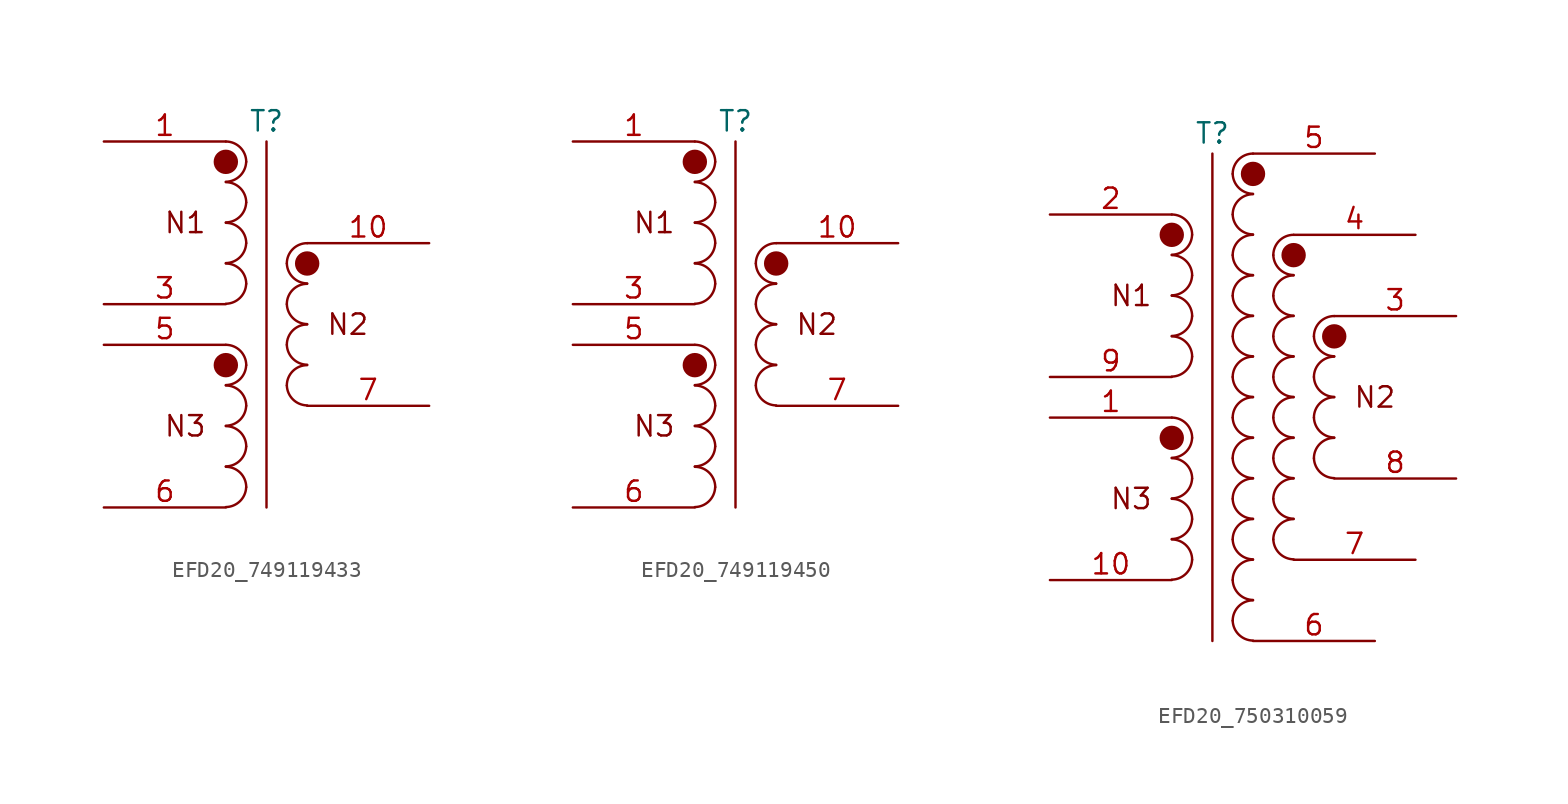
<source format=kicad_sym>
(kicad_symbol_lib
  (version 20220914)
  (generator kicad_symbol_editor)
  (symbol "EFD20_749119433"
    (pin_names hide)
    (property "Reference" "T"
      (at 0 12.7 0)
      (effects (font (size 1.27 1.27))))
    (property "Critical Parameter" ""
      (at 0 -5.08 0)
      (effects (font (size 1.27 1.27)) (justify left)))
    (symbol "EFD20_749119433_0_1"
      (arc (start -2.54 -11.4046) (mid -1.6561 -11.0363) (end -1.27 -10.16) (stroke (width 0) (type default)) (fill (type none)))
      (arc (start -2.54 -8.8646) (mid -1.6561 -8.4963) (end -1.27 -7.62) (stroke (width 0) (type default)) (fill (type none)))
      (arc (start -2.54 -6.3246) (mid -1.6561 -5.9563) (end -1.27 -5.08) (stroke (width 0) (type default)) (fill (type none)))
      (arc (start -2.54 -3.7846) (mid -1.6561 -3.4163) (end -1.27 -2.54) (stroke (width 0) (type default)) (fill (type none)))
      (arc (start -2.54 1.2954) (mid -1.6561 1.6637) (end -1.27 2.54) (stroke (width 0) (type default)) (fill (type none)))
      (arc (start -2.54 3.8354) (mid -1.6561 4.2037) (end -1.27 5.08) (stroke (width 0) (type default)) (fill (type none)))
      (arc (start -2.54 6.3754) (mid -1.6561 6.7437) (end -1.27 7.62) (stroke (width 0) (type default)) (fill (type none)))
      (arc (start -2.54 8.9154) (mid -1.6561 9.2837) (end -1.27 10.16) (stroke (width 0) (type default)) (fill (type none)))
      (arc (start -1.27 -10.16) (mid -1.642 -9.262) (end -2.54 -8.89) (stroke (width 0) (type default)) (fill (type none)))
      (arc (start -1.27 -7.62) (mid -1.642 -6.722) (end -2.54 -6.35) (stroke (width 0) (type default)) (fill (type none)))
      (arc (start -1.27 -5.08) (mid -1.642 -4.182) (end -2.54 -3.81) (stroke (width 0) (type default)) (fill (type none)))
      (arc (start -1.27 -2.54) (mid -1.642 -1.642) (end -2.54 -1.27) (stroke (width 0) (type default)) (fill (type none)))
      (arc (start -1.27 2.54) (mid -1.642 3.438) (end -2.54 3.81) (stroke (width 0) (type default)) (fill (type none)))
      (arc (start -1.27 5.08) (mid -1.642 5.978) (end -2.54 6.35) (stroke (width 0) (type default)) (fill (type none)))
      (arc (start -1.27 7.62) (mid -1.642 8.518) (end -2.54 8.89) (stroke (width 0) (type default)) (fill (type none)))
      (arc (start -1.27 10.16) (mid -1.642 11.058) (end -2.54 11.43) (stroke (width 0) (type default)) (fill (type none)))
      (polyline (pts (xy 0 -11.43) (xy 0 11.43)) (stroke (width 0) (type default)) (fill (type none)))
      (arc (start 1.27 -3.81) (mid 1.6561 -4.6863) (end 2.54 -5.0546) (stroke (width 0) (type default)) (fill (type none)))
      (arc (start 1.27 -1.27) (mid 1.6561 -2.1463) (end 2.54 -2.5146) (stroke (width 0) (type default)) (fill (type none)))
      (arc (start 1.27 1.27) (mid 1.6561 0.3937) (end 2.54 0.0254) (stroke (width 0) (type default)) (fill (type none)))
      (arc (start 1.27 3.81) (mid 1.6561 2.9337) (end 2.54 2.5654) (stroke (width 0) (type default)) (fill (type none)))
      (arc (start 2.54 -2.54) (mid 1.642 -2.912) (end 1.27 -3.81) (stroke (width 0) (type default)) (fill (type none)))
      (arc (start 2.54 0) (mid 1.642 -0.372) (end 1.27 -1.27) (stroke (width 0) (type default)) (fill (type none)))
      (arc (start 2.54 2.54) (mid 1.642 2.168) (end 1.27 1.27) (stroke (width 0) (type default)) (fill (type none)))
      (arc (start 2.54 5.08) (mid 1.642 4.708) (end 1.27 3.81) (stroke (width 0) (type default)) (fill (type none))))
    (symbol "EFD20_749119433_1_1"
      (circle (center -2.54 -2.54) (radius 0.0001) (stroke (width 0.762) (type default)) (fill (type none)))
      (circle (center -2.54 10.16) (radius 0.0001) (stroke (width 0.762) (type default)) (fill (type none)))
      (circle (center 2.54 3.81) (radius 0.0001) (stroke (width 0.762) (type default)) (fill (type none)))
      (text "N1" (at -5.08 6.35 0) (effects (font (size 1.27 1.27))))
      (text "N2" (at 5.08 0 0) (effects (font (size 1.27 1.27))))
      (text "N3" (at -5.08 -6.35 0) (effects (font (size 1.27 1.27))))
      (pin passive line (at -10.16 11.43 0) (length 7.62) (name "1" (effects (font (size 1.27 1.27)))) (number "1" (effects (font (size 1.27 1.27)))))
      (pin passive line (at 10.16 5.08 180) (length 7.62) (name "10" (effects (font (size 1.27 1.27)))) (number "10" (effects (font (size 1.27 1.27)))))
      (pin passive line (at 10.16 5.08 180) (length 7.62) hide (name "11" (effects (font (size 1.27 1.27)))) (number "11" (effects (font (size 1.27 1.27)))))
      (pin passive line (at 10.16 5.08 180) (length 7.62) hide (name "12" (effects (font (size 1.27 1.27)))) (number "12" (effects (font (size 1.27 1.27)))))
      (pin passive line (at -10.16 11.43 0) (length 7.62) hide (name "2" (effects (font (size 1.27 1.27)))) (number "2" (effects (font (size 1.27 1.27)))))
      (pin passive line (at -10.16 1.27 0) (length 7.62) (name "3" (effects (font (size 1.27 1.27)))) (number "3" (effects (font (size 1.27 1.27)))))
      (pin passive line (at -10.16 1.27 0) (length 7.62) hide (name "4" (effects (font (size 1.27 1.27)))) (number "4" (effects (font (size 1.27 1.27)))))
      (pin passive line (at -10.16 -1.27 0) (length 7.62) (name "5" (effects (font (size 1.27 1.27)))) (number "5" (effects (font (size 1.27 1.27)))))
      (pin passive line (at -10.16 -11.43 0) (length 7.62) (name "6" (effects (font (size 1.27 1.27)))) (number "6" (effects (font (size 1.27 1.27)))))
      (pin passive line (at 10.16 -5.08 180) (length 7.62) (name "7" (effects (font (size 1.27 1.27)))) (number "7" (effects (font (size 1.27 1.27)))))
      (pin passive line (at 10.16 -5.08 180) (length 7.62) hide (name "8" (effects (font (size 1.27 1.27)))) (number "8" (effects (font (size 1.27 1.27)))))
      (pin passive line (at 10.16 -5.08 180) (length 7.62) hide (name "9" (effects (font (size 1.27 1.27)))) (number "9" (effects (font (size 1.27 1.27)))))))
  (symbol "EFD20_749119450"
    (pin_names hide)
    (property "Reference" "T"
      (at 0 12.7 0)
      (effects (font (size 1.27 1.27))))
    (property "Critical Parameter" ""
      (at 0 -5.08 0)
      (effects (font (size 1.27 1.27)) (justify left)))
    (symbol "EFD20_749119450_0_1"
      (arc (start -2.54 -11.4046) (mid -1.6561 -11.0363) (end -1.27 -10.16) (stroke (width 0) (type default)) (fill (type none)))
      (arc (start -2.54 -8.8646) (mid -1.6561 -8.4963) (end -1.27 -7.62) (stroke (width 0) (type default)) (fill (type none)))
      (arc (start -2.54 -6.3246) (mid -1.6561 -5.9563) (end -1.27 -5.08) (stroke (width 0) (type default)) (fill (type none)))
      (arc (start -2.54 -3.7846) (mid -1.6561 -3.4163) (end -1.27 -2.54) (stroke (width 0) (type default)) (fill (type none)))
      (arc (start -2.54 1.2954) (mid -1.6561 1.6637) (end -1.27 2.54) (stroke (width 0) (type default)) (fill (type none)))
      (arc (start -2.54 3.8354) (mid -1.6561 4.2037) (end -1.27 5.08) (stroke (width 0) (type default)) (fill (type none)))
      (arc (start -2.54 6.3754) (mid -1.6561 6.7437) (end -1.27 7.62) (stroke (width 0) (type default)) (fill (type none)))
      (arc (start -2.54 8.9154) (mid -1.6561 9.2837) (end -1.27 10.16) (stroke (width 0) (type default)) (fill (type none)))
      (arc (start -1.27 -10.16) (mid -1.642 -9.262) (end -2.54 -8.89) (stroke (width 0) (type default)) (fill (type none)))
      (arc (start -1.27 -7.62) (mid -1.642 -6.722) (end -2.54 -6.35) (stroke (width 0) (type default)) (fill (type none)))
      (arc (start -1.27 -5.08) (mid -1.642 -4.182) (end -2.54 -3.81) (stroke (width 0) (type default)) (fill (type none)))
      (arc (start -1.27 -2.54) (mid -1.642 -1.642) (end -2.54 -1.27) (stroke (width 0) (type default)) (fill (type none)))
      (arc (start -1.27 2.54) (mid -1.642 3.438) (end -2.54 3.81) (stroke (width 0) (type default)) (fill (type none)))
      (arc (start -1.27 5.08) (mid -1.642 5.978) (end -2.54 6.35) (stroke (width 0) (type default)) (fill (type none)))
      (arc (start -1.27 7.62) (mid -1.642 8.518) (end -2.54 8.89) (stroke (width 0) (type default)) (fill (type none)))
      (arc (start -1.27 10.16) (mid -1.642 11.058) (end -2.54 11.43) (stroke (width 0) (type default)) (fill (type none)))
      (polyline (pts (xy 0 -11.43) (xy 0 11.43)) (stroke (width 0) (type default)) (fill (type none)))
      (arc (start 1.27 -3.81) (mid 1.6561 -4.6863) (end 2.54 -5.0546) (stroke (width 0) (type default)) (fill (type none)))
      (arc (start 1.27 -1.27) (mid 1.6561 -2.1463) (end 2.54 -2.5146) (stroke (width 0) (type default)) (fill (type none)))
      (arc (start 1.27 1.27) (mid 1.6561 0.3937) (end 2.54 0.0254) (stroke (width 0) (type default)) (fill (type none)))
      (arc (start 1.27 3.81) (mid 1.6561 2.9337) (end 2.54 2.5654) (stroke (width 0) (type default)) (fill (type none)))
      (arc (start 2.54 -2.54) (mid 1.642 -2.912) (end 1.27 -3.81) (stroke (width 0) (type default)) (fill (type none)))
      (arc (start 2.54 0) (mid 1.642 -0.372) (end 1.27 -1.27) (stroke (width 0) (type default)) (fill (type none)))
      (arc (start 2.54 2.54) (mid 1.642 2.168) (end 1.27 1.27) (stroke (width 0) (type default)) (fill (type none)))
      (arc (start 2.54 5.08) (mid 1.642 4.708) (end 1.27 3.81) (stroke (width 0) (type default)) (fill (type none))))
    (symbol "EFD20_749119450_1_1"
      (circle (center -2.54 -2.54) (radius 0.0001) (stroke (width 0.762) (type default)) (fill (type none)))
      (circle (center -2.54 10.16) (radius 0.0001) (stroke (width 0.762) (type default)) (fill (type none)))
      (circle (center 2.54 3.81) (radius 0.0001) (stroke (width 0.762) (type default)) (fill (type none)))
      (text "N1" (at -5.08 6.35 0) (effects (font (size 1.27 1.27))))
      (text "N2" (at 5.08 0 0) (effects (font (size 1.27 1.27))))
      (text "N3" (at -5.08 -6.35 0) (effects (font (size 1.27 1.27))))
      (pin passive line (at -10.16 11.43 0) (length 7.62) (name "1" (effects (font (size 1.27 1.27)))) (number "1" (effects (font (size 1.27 1.27)))))
      (pin passive line (at 10.16 5.08 180) (length 7.62) (name "10" (effects (font (size 1.27 1.27)))) (number "10" (effects (font (size 1.27 1.27)))))
      (pin passive line (at 10.16 5.08 180) (length 7.62) hide (name "11" (effects (font (size 1.27 1.27)))) (number "11" (effects (font (size 1.27 1.27)))))
      (pin passive line (at 10.16 5.08 180) (length 7.62) hide (name "12" (effects (font (size 1.27 1.27)))) (number "12" (effects (font (size 1.27 1.27)))))
      (pin passive line (at -10.16 11.43 0) (length 7.62) hide (name "2" (effects (font (size 1.27 1.27)))) (number "2" (effects (font (size 1.27 1.27)))))
      (pin passive line (at -10.16 1.27 0) (length 7.62) (name "3" (effects (font (size 1.27 1.27)))) (number "3" (effects (font (size 1.27 1.27)))))
      (pin passive line (at -10.16 1.27 0) (length 7.62) hide (name "4" (effects (font (size 1.27 1.27)))) (number "4" (effects (font (size 1.27 1.27)))))
      (pin passive line (at -10.16 -1.27 0) (length 7.62) (name "5" (effects (font (size 1.27 1.27)))) (number "5" (effects (font (size 1.27 1.27)))))
      (pin passive line (at -10.16 -11.43 0) (length 7.62) (name "6" (effects (font (size 1.27 1.27)))) (number "6" (effects (font (size 1.27 1.27)))))
      (pin passive line (at 10.16 -5.08 180) (length 7.62) (name "7" (effects (font (size 1.27 1.27)))) (number "7" (effects (font (size 1.27 1.27)))))
      (pin passive line (at 10.16 -5.08 180) (length 7.62) hide (name "8" (effects (font (size 1.27 1.27)))) (number "8" (effects (font (size 1.27 1.27)))))
      (pin passive line (at 10.16 -5.08 180) (length 7.62) hide (name "9" (effects (font (size 1.27 1.27)))) (number "9" (effects (font (size 1.27 1.27)))))))
  (symbol "EFD20_750310059"
    (pin_names hide)
    (property "Reference" "T"
      (at 0 16.51 0)
      (effects (font (size 1.27 1.27))))
    (property "Critical Parameter" ""
      (at 0 -5.08 0)
      (effects (font (size 1.27 1.27)) (justify left)))
    (symbol "EFD20_750310059_0_1"
      (arc (start -2.54 -11.4046) (mid -1.6561 -11.0363) (end -1.27 -10.16) (stroke (width 0) (type default)) (fill (type none)))
      (arc (start -2.54 -8.8646) (mid -1.6561 -8.4963) (end -1.27 -7.62) (stroke (width 0) (type default)) (fill (type none)))
      (arc (start -2.54 -6.3246) (mid -1.6561 -5.9563) (end -1.27 -5.08) (stroke (width 0) (type default)) (fill (type none)))
      (arc (start -2.54 -3.7846) (mid -1.6561 -3.4163) (end -1.27 -2.54) (stroke (width 0) (type default)) (fill (type none)))
      (arc (start -2.54 1.2954) (mid -1.6561 1.6637) (end -1.27 2.54) (stroke (width 0) (type default)) (fill (type none)))
      (arc (start -2.54 3.8354) (mid -1.6561 4.2037) (end -1.27 5.08) (stroke (width 0) (type default)) (fill (type none)))
      (arc (start -2.54 6.3754) (mid -1.6561 6.7437) (end -1.27 7.62) (stroke (width 0) (type default)) (fill (type none)))
      (arc (start -2.54 8.9154) (mid -1.6561 9.2837) (end -1.27 10.16) (stroke (width 0) (type default)) (fill (type none)))
      (arc (start -1.27 -10.16) (mid -1.642 -9.262) (end -2.54 -8.89) (stroke (width 0) (type default)) (fill (type none)))
      (arc (start -1.27 -7.62) (mid -1.642 -6.722) (end -2.54 -6.35) (stroke (width 0) (type default)) (fill (type none)))
      (arc (start -1.27 -5.08) (mid -1.642 -4.182) (end -2.54 -3.81) (stroke (width 0) (type default)) (fill (type none)))
      (arc (start -1.27 -2.54) (mid -1.642 -1.642) (end -2.54 -1.27) (stroke (width 0) (type default)) (fill (type none)))
      (arc (start -1.27 2.54) (mid -1.642 3.438) (end -2.54 3.81) (stroke (width 0) (type default)) (fill (type none)))
      (arc (start -1.27 5.08) (mid -1.642 5.978) (end -2.54 6.35) (stroke (width 0) (type default)) (fill (type none)))
      (arc (start -1.27 7.62) (mid -1.642 8.518) (end -2.54 8.89) (stroke (width 0) (type default)) (fill (type none)))
      (arc (start -1.27 10.16) (mid -1.642 11.058) (end -2.54 11.43) (stroke (width 0) (type default)) (fill (type none)))
      (polyline (pts (xy 0 -15.24) (xy 0 15.24)) (stroke (width 0) (type default)) (fill (type none)))
      (arc (start 1.27 -13.97) (mid 1.656 -14.8464) (end 2.54 -15.2146) (stroke (width 0) (type default)) (fill (type none)))
      (arc (start 1.27 -11.43) (mid 1.656 -12.3064) (end 2.54 -12.6746) (stroke (width 0) (type default)) (fill (type none)))
      (arc (start 1.27 -8.89) (mid 1.656 -9.7664) (end 2.54 -10.1346) (stroke (width 0) (type default)) (fill (type none)))
      (arc (start 1.27 -6.35) (mid 1.656 -7.2264) (end 2.54 -7.5946) (stroke (width 0) (type default)) (fill (type none)))
      (arc (start 1.27 -3.81) (mid 1.656 -4.6864) (end 2.54 -5.0546) (stroke (width 0) (type default)) (fill (type none)))
      (arc (start 1.27 -1.27) (mid 1.656 -2.1464) (end 2.54 -2.5146) (stroke (width 0) (type default)) (fill (type none)))
      (arc (start 1.27 1.27) (mid 1.656 0.3936) (end 2.54 0.0254) (stroke (width 0) (type default)) (fill (type none)))
      (arc (start 1.27 3.81) (mid 1.656 2.9336) (end 2.54 2.5654) (stroke (width 0) (type default)) (fill (type none)))
      (arc (start 1.27 6.35) (mid 1.656 5.4736) (end 2.54 5.1054) (stroke (width 0) (type default)) (fill (type none)))
      (arc (start 1.27 8.89) (mid 1.656 8.0136) (end 2.54 7.6454) (stroke (width 0) (type default)) (fill (type none)))
      (arc (start 1.27 11.43) (mid 1.656 10.5536) (end 2.54 10.1854) (stroke (width 0) (type default)) (fill (type none)))
      (arc (start 1.27 13.97) (mid 1.656 13.0936) (end 2.54 12.7254) (stroke (width 0) (type default)) (fill (type none)))
      (arc (start 2.54 -12.7) (mid 1.642 -13.072) (end 1.27 -13.97) (stroke (width 0) (type default)) (fill (type none)))
      (arc (start 2.54 -10.16) (mid 1.642 -10.532) (end 1.27 -11.43) (stroke (width 0) (type default)) (fill (type none)))
      (arc (start 2.54 -7.62) (mid 1.642 -7.992) (end 1.27 -8.89) (stroke (width 0) (type default)) (fill (type none)))
      (arc (start 2.54 -5.08) (mid 1.642 -5.452) (end 1.27 -6.35) (stroke (width 0) (type default)) (fill (type none)))
      (arc (start 2.54 -2.54) (mid 1.642 -2.912) (end 1.27 -3.81) (stroke (width 0) (type default)) (fill (type none)))
      (arc (start 2.54 0) (mid 1.642 -0.372) (end 1.27 -1.27) (stroke (width 0) (type default)) (fill (type none)))
      (arc (start 2.54 2.54) (mid 1.642 2.168) (end 1.27 1.27) (stroke (width 0) (type default)) (fill (type none)))
      (arc (start 2.54 5.08) (mid 1.642 4.708) (end 1.27 3.81) (stroke (width 0) (type default)) (fill (type none)))
      (arc (start 2.54 7.62) (mid 1.642 7.248) (end 1.27 6.35) (stroke (width 0) (type default)) (fill (type none)))
      (arc (start 2.54 10.16) (mid 1.642 9.788) (end 1.27 8.89) (stroke (width 0) (type default)) (fill (type none)))
      (arc (start 2.54 12.7) (mid 1.642 12.328) (end 1.27 11.43) (stroke (width 0) (type default)) (fill (type none)))
      (arc (start 2.54 15.24) (mid 1.642 14.868) (end 1.27 13.97) (stroke (width 0) (type default)) (fill (type none)))
      (arc (start 3.81 -8.89) (mid 4.196 -9.7664) (end 5.08 -10.1346) (stroke (width 0) (type default)) (fill (type none)))
      (arc (start 3.81 -6.35) (mid 4.196 -7.2264) (end 5.08 -7.5946) (stroke (width 0) (type default)) (fill (type none)))
      (arc (start 3.81 -3.81) (mid 4.196 -4.6864) (end 5.08 -5.0546) (stroke (width 0) (type default)) (fill (type none)))
      (arc (start 3.81 -1.27) (mid 4.196 -2.1464) (end 5.08 -2.5146) (stroke (width 0) (type default)) (fill (type none)))
      (arc (start 3.81 1.27) (mid 4.196 0.3936) (end 5.08 0.0254) (stroke (width 0) (type default)) (fill (type none)))
      (arc (start 3.81 3.81) (mid 4.196 2.9336) (end 5.08 2.5654) (stroke (width 0) (type default)) (fill (type none)))
      (arc (start 3.81 6.35) (mid 4.196 5.4736) (end 5.08 5.1054) (stroke (width 0) (type default)) (fill (type none)))
      (arc (start 3.81 8.89) (mid 4.196 8.0136) (end 5.08 7.6454) (stroke (width 0) (type default)) (fill (type none)))
      (arc (start 5.08 -7.62) (mid 4.182 -7.992) (end 3.81 -8.89) (stroke (width 0) (type default)) (fill (type none)))
      (arc (start 5.08 -5.08) (mid 4.182 -5.452) (end 3.81 -6.35) (stroke (width 0) (type default)) (fill (type none)))
      (arc (start 5.08 -2.54) (mid 4.182 -2.912) (end 3.81 -3.81) (stroke (width 0) (type default)) (fill (type none)))
      (arc (start 5.08 0) (mid 4.182 -0.372) (end 3.81 -1.27) (stroke (width 0) (type default)) (fill (type none)))
      (arc (start 5.08 2.54) (mid 4.182 2.168) (end 3.81 1.27) (stroke (width 0) (type default)) (fill (type none)))
      (arc (start 5.08 5.08) (mid 4.182 4.708) (end 3.81 3.81) (stroke (width 0) (type default)) (fill (type none)))
      (arc (start 5.08 7.62) (mid 4.182 7.248) (end 3.81 6.35) (stroke (width 0) (type default)) (fill (type none)))
      (arc (start 5.08 10.16) (mid 4.182 9.788) (end 3.81 8.89) (stroke (width 0) (type default)) (fill (type none)))
      (arc (start 6.35 -3.81) (mid 6.7361 -4.6863) (end 7.62 -5.0546) (stroke (width 0) (type default)) (fill (type none)))
      (arc (start 6.35 -1.27) (mid 6.7361 -2.1463) (end 7.62 -2.5146) (stroke (width 0) (type default)) (fill (type none)))
      (arc (start 6.35 1.27) (mid 6.7361 0.3937) (end 7.62 0.0254) (stroke (width 0) (type default)) (fill (type none)))
      (arc (start 6.35 3.81) (mid 6.7361 2.9337) (end 7.62 2.5654) (stroke (width 0) (type default)) (fill (type none)))
      (arc (start 7.62 -2.54) (mid 6.722 -2.912) (end 6.35 -3.81) (stroke (width 0) (type default)) (fill (type none)))
      (arc (start 7.62 0) (mid 6.722 -0.372) (end 6.35 -1.27) (stroke (width 0) (type default)) (fill (type none)))
      (arc (start 7.62 2.54) (mid 6.722 2.168) (end 6.35 1.27) (stroke (width 0) (type default)) (fill (type none)))
      (arc (start 7.62 5.08) (mid 6.722 4.708) (end 6.35 3.81) (stroke (width 0) (type default)) (fill (type none))))
    (symbol "EFD20_750310059_1_1"
      (circle (center -2.54 -2.54) (radius 0.0001) (stroke (width 0.762) (type default)) (fill (type none)))
      (circle (center -2.54 10.16) (radius 0.0001) (stroke (width 0.762) (type default)) (fill (type none)))
      (circle (center 2.54 13.97) (radius 0.0001) (stroke (width 0.762) (type default)) (fill (type none)))
      (circle (center 5.08 8.89) (radius 0.0001) (stroke (width 0.762) (type default)) (fill (type none)))
      (circle (center 7.62 3.81) (radius 0.0001) (stroke (width 0.762) (type default)) (fill (type none)))
      (text "N1" (at -5.08 6.35 0) (effects (font (size 1.27 1.27))))
      (text "N2" (at 10.16 0 0) (effects (font (size 1.27 1.27))))
      (text "N3" (at -5.08 -6.35 0) (effects (font (size 1.27 1.27))))
      (pin passive line (at -10.16 -1.27 0) (length 7.62) (name "1" (effects (font (size 1.27 1.27)))) (number "1" (effects (font (size 1.27 1.27)))))
      (pin passive line (at -10.16 -11.43 0) (length 7.62) (name "10" (effects (font (size 1.27 1.27)))) (number "10" (effects (font (size 1.27 1.27)))))
      (pin passive line (at -10.16 11.43 0) (length 7.62) (name "2" (effects (font (size 1.27 1.27)))) (number "2" (effects (font (size 1.27 1.27)))))
      (pin passive line (at 15.24 5.08 180) (length 7.62) (name "3" (effects (font (size 1.27 1.27)))) (number "3" (effects (font (size 1.27 1.27)))))
      (pin passive line (at 12.7 10.16 180) (length 7.62) (name "4" (effects (font (size 1.27 1.27)))) (number "4" (effects (font (size 1.27 1.27)))))
      (pin passive line (at 10.16 15.24 180) (length 7.62) (name "5" (effects (font (size 1.27 1.27)))) (number "5" (effects (font (size 1.27 1.27)))))
      (pin passive line (at 10.16 -15.24 180) (length 7.62) (name "6" (effects (font (size 1.27 1.27)))) (number "6" (effects (font (size 1.27 1.27)))))
      (pin passive line (at 12.7 -10.16 180) (length 7.62) (name "7" (effects (font (size 1.27 1.27)))) (number "7" (effects (font (size 1.27 1.27)))))
      (pin passive line (at 15.24 -5.08 180) (length 7.62) (name "8" (effects (font (size 1.27 1.27)))) (number "8" (effects (font (size 1.27 1.27)))))
      (pin passive line (at -10.16 1.27 0) (length 7.62) (name "9" (effects (font (size 1.27 1.27)))) (number "9" (effects (font (size 1.27 1.27))))))))
</source>
